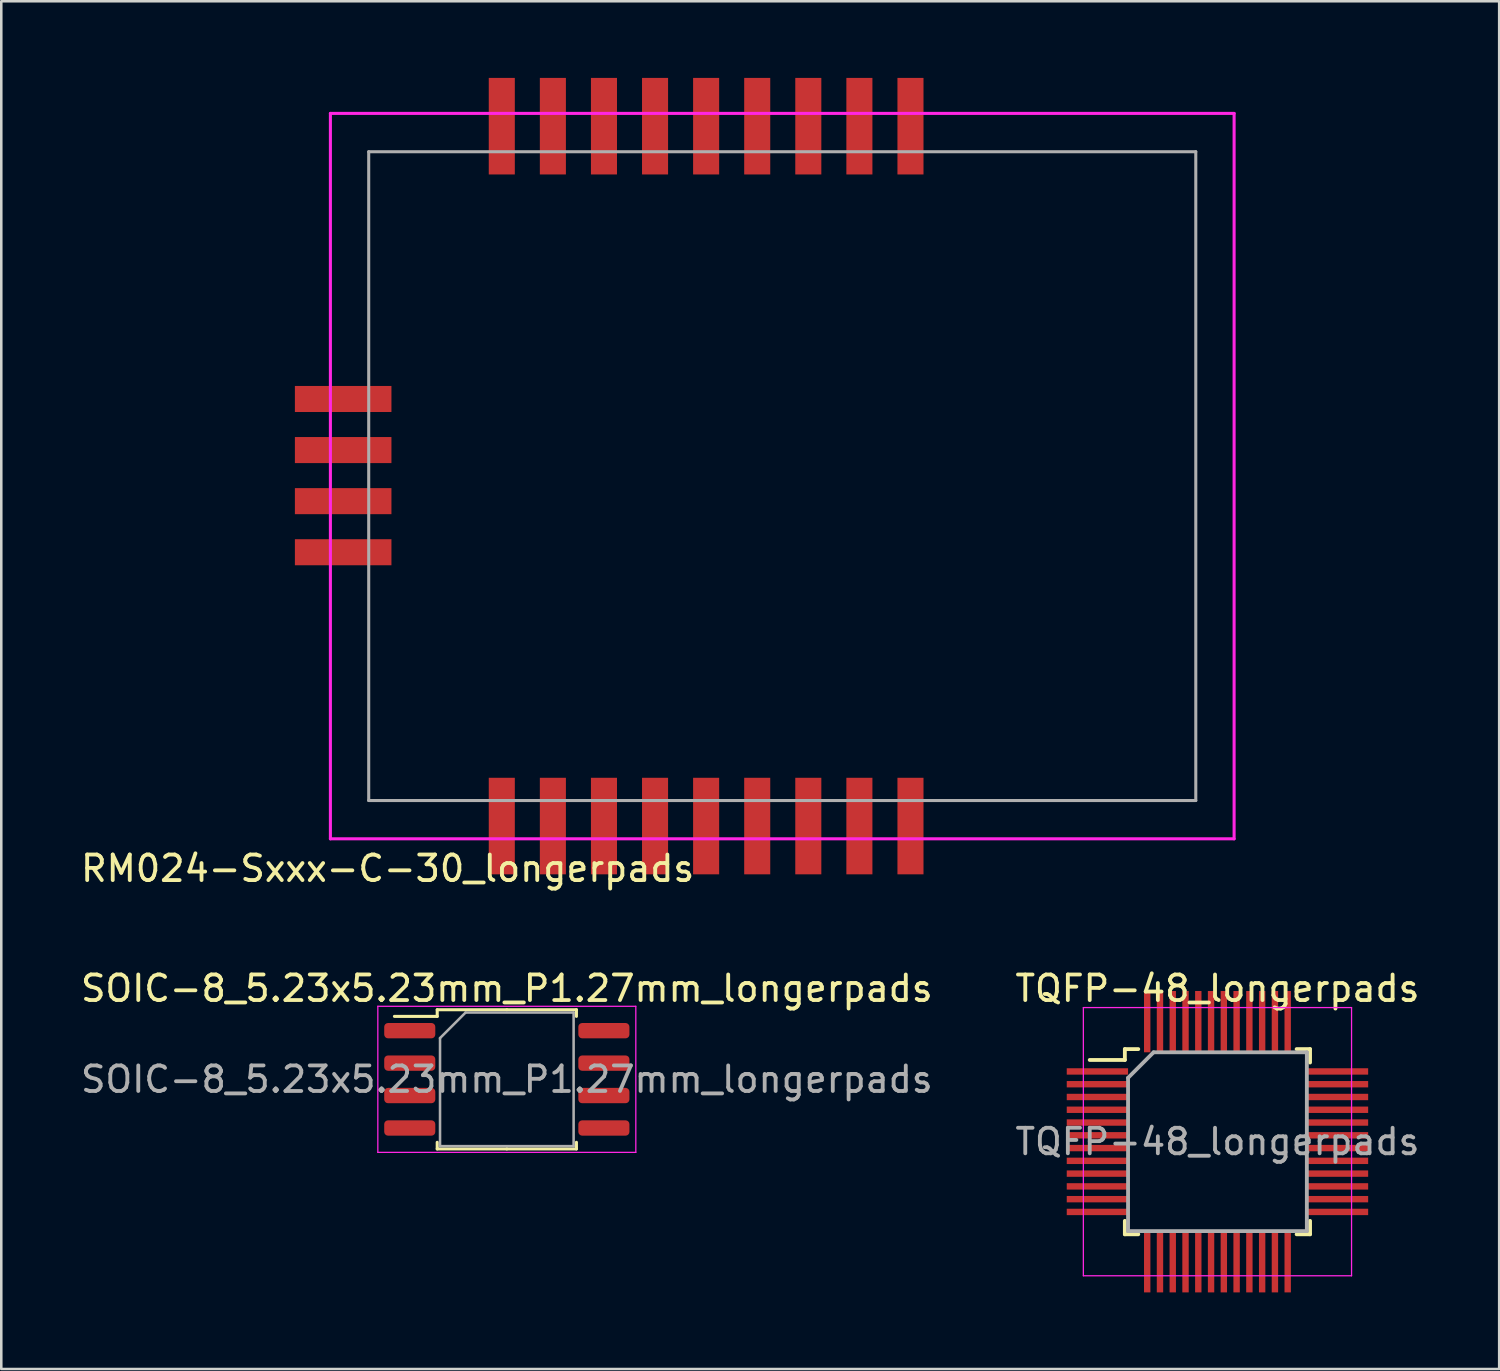
<source format=kicad_pcb>
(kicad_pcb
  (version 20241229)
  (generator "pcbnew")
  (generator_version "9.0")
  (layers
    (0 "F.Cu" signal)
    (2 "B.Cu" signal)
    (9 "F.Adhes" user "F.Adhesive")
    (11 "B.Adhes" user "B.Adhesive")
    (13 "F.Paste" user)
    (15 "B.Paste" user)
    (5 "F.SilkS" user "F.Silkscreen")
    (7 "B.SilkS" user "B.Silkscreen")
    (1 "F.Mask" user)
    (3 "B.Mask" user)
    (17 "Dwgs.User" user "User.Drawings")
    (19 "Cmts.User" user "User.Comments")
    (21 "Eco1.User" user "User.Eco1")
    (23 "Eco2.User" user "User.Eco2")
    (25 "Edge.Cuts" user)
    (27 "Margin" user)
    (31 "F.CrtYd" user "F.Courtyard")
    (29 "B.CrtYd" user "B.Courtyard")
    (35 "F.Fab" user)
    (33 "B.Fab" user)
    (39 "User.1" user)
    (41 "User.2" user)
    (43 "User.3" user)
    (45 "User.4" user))
  (footprint "RM024-Sxxx-C-30_longerpads"
    (layer "F.Cu")
    (at 11.385 2.89)
    (property "Reference" "RM024-Sxxx-C-30_longerpads" (at 0.74 28.06 0) (layer "F.SilkS") (effects (font (size 1 1) (thickness 0.15))))
    (attr through_hole)
    (fp_line (start -1.5 -1.5) (end -1.5 26.9) (stroke (width 0.12) (type solid)) (layer "F.CrtYd"))
    (fp_line (start -1.5 26.9) (end 33.88 26.9) (stroke (width 0.12) (type solid)) (layer "F.CrtYd"))
    (fp_line (start 33.88 -1.5) (end -1.5 -1.5) (stroke (width 0.12) (type solid)) (layer "F.CrtYd"))
    (fp_line (start 33.88 26.9) (end 33.88 -1.5) (stroke (width 0.12) (type solid)) (layer "F.CrtYd"))
    (fp_line (start 0 0) (end 0 25.4) (stroke (width 0.12) (type solid)) (layer "F.Fab"))
    (fp_line (start 0 25.4) (end 32.38 25.4) (stroke (width 0.12) (type solid)) (layer "F.Fab"))
    (fp_line (start 32.38 0) (end 0 0) (stroke (width 0.12) (type solid)) (layer "F.Fab"))
    (fp_line (start 32.38 25.4) (end 32.38 0) (stroke (width 0.12) (type solid)) (layer "F.Fab"))
    (pad "1" smd rect (at 5.21 26.4) (size 1.02 3.78) (layers "F.Cu" "F.Mask" "F.Paste"))
    (pad "2" smd rect (at 7.21 26.4) (size 1.02 3.78) (layers "F.Cu" "F.Mask" "F.Paste"))
    (pad "3" smd rect (at 9.21 26.4) (size 1.02 3.78) (layers "F.Cu" "F.Mask" "F.Paste"))
    (pad "4" smd rect (at 11.21 26.4) (size 1.02 3.78) (layers "F.Cu" "F.Mask" "F.Paste"))
    (pad "5" smd rect (at 13.21 26.4) (size 1.02 3.78) (layers "F.Cu" "F.Mask" "F.Paste"))
    (pad "6" smd rect (at 15.21 26.4) (size 1.02 3.78) (layers "F.Cu" "F.Mask" "F.Paste"))
    (pad "7" smd rect (at 17.21 26.4) (size 1.02 3.78) (layers "F.Cu" "F.Mask" "F.Paste"))
    (pad "8" smd rect (at 19.21 26.4) (size 1.02 3.78) (layers "F.Cu" "F.Mask" "F.Paste"))
    (pad "9" smd rect (at 21.21 26.4) (size 1.02 3.78) (layers "F.Cu" "F.Mask" "F.Paste"))
    (pad "10" smd rect (at 21.21 -1) (size 1.02 3.78) (layers "F.Cu" "F.Mask" "F.Paste"))
    (pad "11" smd rect (at 19.21 -1) (size 1.02 3.78) (layers "F.Cu" "F.Mask" "F.Paste"))
    (pad "12" smd rect (at 17.21 -1) (size 1.02 3.78) (layers "F.Cu" "F.Mask" "F.Paste"))
    (pad "13" smd rect (at 15.21 -1) (size 1.02 3.78) (layers "F.Cu" "F.Mask" "F.Paste"))
    (pad "14" smd rect (at 13.21 -1) (size 1.02 3.78) (layers "F.Cu" "F.Mask" "F.Paste"))
    (pad "15" smd rect (at 11.21 -1) (size 1.02 3.78) (layers "F.Cu" "F.Mask" "F.Paste"))
    (pad "16" smd rect (at 9.21 -1) (size 1.02 3.78) (layers "F.Cu" "F.Mask" "F.Paste"))
    (pad "17" smd rect (at 7.21 -1) (size 1.02 3.78) (layers "F.Cu" "F.Mask" "F.Paste"))
    (pad "18" smd rect (at 5.21 -1) (size 1.02 3.78) (layers "F.Cu" "F.Mask" "F.Paste"))
    (pad "19" smd rect (at -1 9.68 90) (size 1.02 3.78) (layers "F.Cu" "F.Mask" "F.Paste"))
    (pad "20" smd rect (at -1 11.68 90) (size 1.02 3.78) (layers "F.Cu" "F.Mask" "F.Paste"))
    (pad "21" smd rect (at -1 13.68 90) (size 1.02 3.78) (layers "F.Cu" "F.Mask" "F.Paste"))
    (pad "22" smd rect (at -1 15.68 90) (size 1.02 3.78) (layers "F.Cu" "F.Mask" "F.Paste")))
  (footprint "TQFP-48_longerpads"
    (layer "F.Cu")
    (at 44.613 41.647)
    (property "Reference" "TQFP-48_longerpads" (at 0 -6 0) (layer "F.SilkS") (effects (font (size 1 1) (thickness 0.15))))
    (attr smd)
    (fp_line (start -3.625 -3.625) (end -3.625 -3.2) (stroke (width 0.15) (type solid)) (layer "F.SilkS"))
    (fp_line (start -3.625 -3.625) (end -3.1 -3.625) (stroke (width 0.15) (type solid)) (layer "F.SilkS"))
    (fp_line (start -3.625 -3.2) (end -5 -3.2) (stroke (width 0.15) (type solid)) (layer "F.SilkS"))
    (fp_line (start -3.625 3.625) (end -3.625 3.1) (stroke (width 0.15) (type solid)) (layer "F.SilkS"))
    (fp_line (start -3.625 3.625) (end -3.1 3.625) (stroke (width 0.15) (type solid)) (layer "F.SilkS"))
    (fp_line (start 3.625 -3.625) (end 3.1 -3.625) (stroke (width 0.15) (type solid)) (layer "F.SilkS"))
    (fp_line (start 3.625 -3.625) (end 3.625 -3.1) (stroke (width 0.15) (type solid)) (layer "F.SilkS"))
    (fp_line (start 3.625 3.625) (end 3.1 3.625) (stroke (width 0.15) (type solid)) (layer "F.SilkS"))
    (fp_line (start 3.625 3.625) (end 3.625 3.1) (stroke (width 0.15) (type solid)) (layer "F.SilkS"))
    (fp_line (start -5.25 -5.25) (end -5.25 5.25) (stroke (width 0.05) (type solid)) (layer "F.CrtYd"))
    (fp_line (start -5.25 -5.25) (end 5.25 -5.25) (stroke (width 0.05) (type solid)) (layer "F.CrtYd"))
    (fp_line (start -5.25 5.25) (end 5.25 5.25) (stroke (width 0.05) (type solid)) (layer "F.CrtYd"))
    (fp_line (start 5.25 -5.25) (end 5.25 5.25) (stroke (width 0.05) (type solid)) (layer "F.CrtYd"))
    (fp_line (start -3.5 -2.5) (end -2.5 -3.5) (stroke (width 0.15) (type solid)) (layer "F.Fab"))
    (fp_line (start -3.5 3.5) (end -3.5 -2.5) (stroke (width 0.15) (type solid)) (layer "F.Fab"))
    (fp_line (start -2.5 -3.5) (end 3.5 -3.5) (stroke (width 0.15) (type solid)) (layer "F.Fab"))
    (fp_line (start 3.5 -3.5) (end 3.5 3.5) (stroke (width 0.15) (type solid)) (layer "F.Fab"))
    (fp_line (start 3.5 3.5) (end -3.5 3.5) (stroke (width 0.15) (type solid)) (layer "F.Fab"))
    (fp_text user "${REFERENCE}" (at 0 0 0) (layer "F.Fab") (effects (font (size 1 1) (thickness 0.15))))
    (pad "1" smd rect (at -4.7 -2.75) (size 2.4 0.25) (layers "F.Cu" "F.Mask" "F.Paste"))
    (pad "2" smd rect (at -4.7 -2.25) (size 2.4 0.25) (layers "F.Cu" "F.Mask" "F.Paste"))
    (pad "3" smd rect (at -4.7 -1.75) (size 2.4 0.25) (layers "F.Cu" "F.Mask" "F.Paste"))
    (pad "4" smd rect (at -4.7 -1.25) (size 2.4 0.25) (layers "F.Cu" "F.Mask" "F.Paste"))
    (pad "5" smd rect (at -4.7 -0.75) (size 2.4 0.25) (layers "F.Cu" "F.Mask" "F.Paste"))
    (pad "6" smd rect (at -4.7 -0.25) (size 2.4 0.25) (layers "F.Cu" "F.Mask" "F.Paste"))
    (pad "7" smd rect (at -4.7 0.25) (size 2.4 0.25) (layers "F.Cu" "F.Mask" "F.Paste"))
    (pad "8" smd rect (at -4.7 0.75) (size 2.4 0.25) (layers "F.Cu" "F.Mask" "F.Paste"))
    (pad "9" smd rect (at -4.7 1.25) (size 2.4 0.25) (layers "F.Cu" "F.Mask" "F.Paste"))
    (pad "10" smd rect (at -4.7 1.75) (size 2.4 0.25) (layers "F.Cu" "F.Mask" "F.Paste"))
    (pad "11" smd rect (at -4.7 2.25) (size 2.4 0.25) (layers "F.Cu" "F.Mask" "F.Paste"))
    (pad "12" smd rect (at -4.7 2.75) (size 2.4 0.25) (layers "F.Cu" "F.Mask" "F.Paste"))
    (pad "13" smd rect (at -2.75 4.7 90) (size 2.4 0.25) (layers "F.Cu" "F.Mask" "F.Paste"))
    (pad "14" smd rect (at -2.25 4.7 90) (size 2.4 0.25) (layers "F.Cu" "F.Mask" "F.Paste"))
    (pad "15" smd rect (at -1.75 4.7 90) (size 2.4 0.25) (layers "F.Cu" "F.Mask" "F.Paste"))
    (pad "16" smd rect (at -1.25 4.7 90) (size 2.4 0.25) (layers "F.Cu" "F.Mask" "F.Paste"))
    (pad "17" smd rect (at -0.75 4.7 90) (size 2.4 0.25) (layers "F.Cu" "F.Mask" "F.Paste"))
    (pad "18" smd rect (at -0.25 4.7 90) (size 2.4 0.25) (layers "F.Cu" "F.Mask" "F.Paste"))
    (pad "19" smd rect (at 0.25 4.7 90) (size 2.4 0.25) (layers "F.Cu" "F.Mask" "F.Paste"))
    (pad "20" smd rect (at 0.75 4.7 90) (size 2.4 0.25) (layers "F.Cu" "F.Mask" "F.Paste"))
    (pad "21" smd rect (at 1.25 4.7 90) (size 2.4 0.25) (layers "F.Cu" "F.Mask" "F.Paste"))
    (pad "22" smd rect (at 1.75 4.7 90) (size 2.4 0.25) (layers "F.Cu" "F.Mask" "F.Paste"))
    (pad "23" smd rect (at 2.25 4.7 90) (size 2.4 0.25) (layers "F.Cu" "F.Mask" "F.Paste"))
    (pad "24" smd rect (at 2.75 4.7 90) (size 2.4 0.25) (layers "F.Cu" "F.Mask" "F.Paste"))
    (pad "25" smd rect (at 4.7 2.75) (size 2.4 0.25) (layers "F.Cu" "F.Mask" "F.Paste"))
    (pad "26" smd rect (at 4.7 2.25) (size 2.4 0.25) (layers "F.Cu" "F.Mask" "F.Paste"))
    (pad "27" smd rect (at 4.7 1.75) (size 2.4 0.25) (layers "F.Cu" "F.Mask" "F.Paste"))
    (pad "28" smd rect (at 4.7 1.25) (size 2.4 0.25) (layers "F.Cu" "F.Mask" "F.Paste"))
    (pad "29" smd rect (at 4.7 0.75) (size 2.4 0.25) (layers "F.Cu" "F.Mask" "F.Paste"))
    (pad "30" smd rect (at 4.7 0.25) (size 2.4 0.25) (layers "F.Cu" "F.Mask" "F.Paste"))
    (pad "31" smd rect (at 4.7 -0.25) (size 2.4 0.25) (layers "F.Cu" "F.Mask" "F.Paste"))
    (pad "32" smd rect (at 4.7 -0.75) (size 2.4 0.25) (layers "F.Cu" "F.Mask" "F.Paste"))
    (pad "33" smd rect (at 4.7 -1.25) (size 2.4 0.25) (layers "F.Cu" "F.Mask" "F.Paste"))
    (pad "34" smd rect (at 4.7 -1.75) (size 2.4 0.25) (layers "F.Cu" "F.Mask" "F.Paste"))
    (pad "35" smd rect (at 4.7 -2.25) (size 2.4 0.25) (layers "F.Cu" "F.Mask" "F.Paste"))
    (pad "36" smd rect (at 4.7 -2.75) (size 2.4 0.25) (layers "F.Cu" "F.Mask" "F.Paste"))
    (pad "37" smd rect (at 2.75 -4.7 90) (size 2.4 0.25) (layers "F.Cu" "F.Mask" "F.Paste"))
    (pad "38" smd rect (at 2.25 -4.7 90) (size 2.4 0.25) (layers "F.Cu" "F.Mask" "F.Paste"))
    (pad "39" smd rect (at 1.75 -4.7 90) (size 2.4 0.25) (layers "F.Cu" "F.Mask" "F.Paste"))
    (pad "40" smd rect (at 1.25 -4.7 90) (size 2.4 0.25) (layers "F.Cu" "F.Mask" "F.Paste"))
    (pad "41" smd rect (at 0.75 -4.7 90) (size 2.4 0.25) (layers "F.Cu" "F.Mask" "F.Paste"))
    (pad "42" smd rect (at 0.25 -4.7 90) (size 2.4 0.25) (layers "F.Cu" "F.Mask" "F.Paste"))
    (pad "43" smd rect (at -0.25 -4.7 90) (size 2.4 0.25) (layers "F.Cu" "F.Mask" "F.Paste"))
    (pad "44" smd rect (at -0.75 -4.7 90) (size 2.4 0.25) (layers "F.Cu" "F.Mask" "F.Paste"))
    (pad "45" smd rect (at -1.25 -4.7 90) (size 2.4 0.25) (layers "F.Cu" "F.Mask" "F.Paste"))
    (pad "46" smd rect (at -1.75 -4.7 90) (size 2.4 0.25) (layers "F.Cu" "F.Mask" "F.Paste"))
    (pad "47" smd rect (at -2.25 -4.7 90) (size 2.4 0.25) (layers "F.Cu" "F.Mask" "F.Paste"))
    (pad "48" smd rect (at -2.75 -4.7 90) (size 2.4 0.25) (layers "F.Cu" "F.Mask" "F.Paste")))
  (footprint "SOIC-8_5.23x5.23mm_P1.27mm_longerpads"
    (layer "F.Cu")
    (at 16.792 39.206)
    (property "Reference" "SOIC-8_5.23x5.23mm_P1.27mm_longerpads" (at 0 -3.56 0) (layer "F.SilkS") (effects (font (size 1 1) (thickness 0.15))))
    (attr smd)
    (fp_line (start -2.725 -2.725) (end -2.725 -2.465) (stroke (width 0.12) (type solid)) (layer "F.SilkS"))
    (fp_line (start -2.725 -2.465) (end -4.4 -2.465) (stroke (width 0.12) (type solid)) (layer "F.SilkS"))
    (fp_line (start -2.725 2.725) (end -2.725 2.465) (stroke (width 0.12) (type solid)) (layer "F.SilkS"))
    (fp_line (start 0 -2.725) (end -2.725 -2.725) (stroke (width 0.12) (type solid)) (layer "F.SilkS"))
    (fp_line (start 0 -2.725) (end 2.725 -2.725) (stroke (width 0.12) (type solid)) (layer "F.SilkS"))
    (fp_line (start 0 2.725) (end -2.725 2.725) (stroke (width 0.12) (type solid)) (layer "F.SilkS"))
    (fp_line (start 0 2.725) (end 2.725 2.725) (stroke (width 0.12) (type solid)) (layer "F.SilkS"))
    (fp_line (start 2.725 -2.725) (end 2.725 -2.465) (stroke (width 0.12) (type solid)) (layer "F.SilkS"))
    (fp_line (start 2.725 2.725) (end 2.725 2.465) (stroke (width 0.12) (type solid)) (layer "F.SilkS"))
    (fp_line (start -5.05 -2.86) (end -5.05 2.86) (stroke (width 0.05) (type solid)) (layer "F.CrtYd"))
    (fp_line (start -5.05 2.86) (end 5.05 2.86) (stroke (width 0.05) (type solid)) (layer "F.CrtYd"))
    (fp_line (start 5.05 -2.86) (end -5.05 -2.86) (stroke (width 0.05) (type solid)) (layer "F.CrtYd"))
    (fp_line (start 5.05 2.86) (end 5.05 -2.86) (stroke (width 0.05) (type solid)) (layer "F.CrtYd"))
    (fp_line (start -2.615 -1.615) (end -1.615 -2.615) (stroke (width 0.1) (type solid)) (layer "F.Fab"))
    (fp_line (start -2.615 2.615) (end -2.615 -1.615) (stroke (width 0.1) (type solid)) (layer "F.Fab"))
    (fp_line (start -1.615 -2.615) (end 2.615 -2.615) (stroke (width 0.1) (type solid)) (layer "F.Fab"))
    (fp_line (start 2.615 -2.615) (end 2.615 2.615) (stroke (width 0.1) (type solid)) (layer "F.Fab"))
    (fp_line (start 2.615 2.615) (end -2.615 2.615) (stroke (width 0.1) (type solid)) (layer "F.Fab"))
    (fp_text user "${REFERENCE}" (at 0 0 0) (layer "F.Fab") (effects (font (size 1 1) (thickness 0.15))))
    (pad "1" smd roundrect (at -3.8 -1.905) (size 2 0.6) (layers "F.Cu" "F.Mask" "F.Paste") (roundrect_rratio 0.25))
    (pad "2" smd roundrect (at -3.8 -0.635) (size 2 0.6) (layers "F.Cu" "F.Mask" "F.Paste") (roundrect_rratio 0.25))
    (pad "3" smd roundrect (at -3.8 0.635) (size 2 0.6) (layers "F.Cu" "F.Mask" "F.Paste") (roundrect_rratio 0.25))
    (pad "4" smd roundrect (at -3.8 1.905) (size 2 0.6) (layers "F.Cu" "F.Mask" "F.Paste") (roundrect_rratio 0.25))
    (pad "5" smd roundrect (at 3.8 1.905) (size 2 0.6) (layers "F.Cu" "F.Mask" "F.Paste") (roundrect_rratio 0.25))
    (pad "6" smd roundrect (at 3.8 0.635) (size 2 0.6) (layers "F.Cu" "F.Mask" "F.Paste") (roundrect_rratio 0.25))
    (pad "7" smd roundrect (at 3.8 -0.635) (size 2 0.6) (layers "F.Cu" "F.Mask" "F.Paste") (roundrect_rratio 0.25))
    (pad "8" smd roundrect (at 3.8 -1.905) (size 2 0.6) (layers "F.Cu" "F.Mask" "F.Paste") (roundrect_rratio 0.25)))
  (gr_rect
    (start -3 -3)
    (end 55.643 50.547)
    (stroke (width 0.1) (type default))
    (fill no)
    (layer "Edge.Cuts")))
</source>
